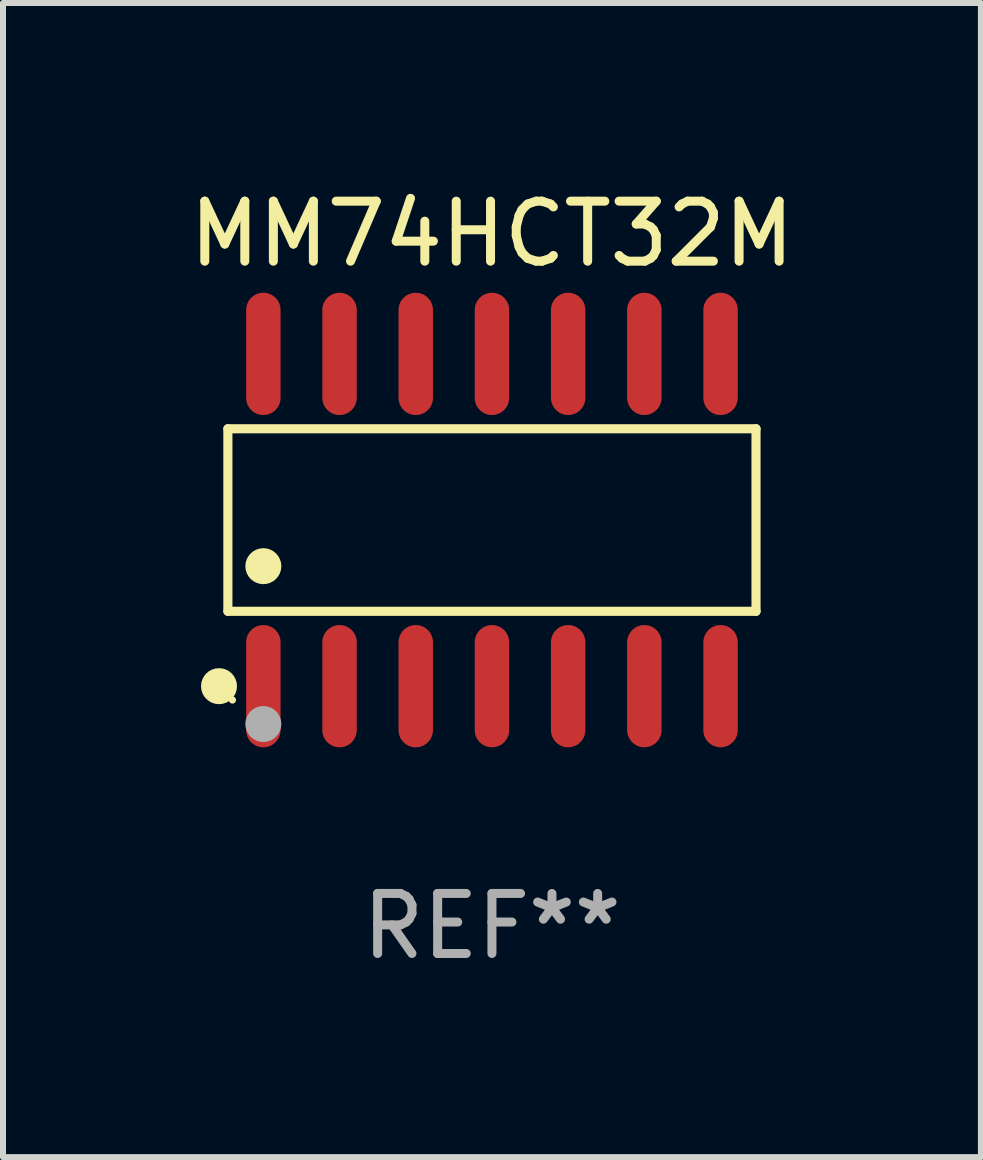
<source format=kicad_pcb>
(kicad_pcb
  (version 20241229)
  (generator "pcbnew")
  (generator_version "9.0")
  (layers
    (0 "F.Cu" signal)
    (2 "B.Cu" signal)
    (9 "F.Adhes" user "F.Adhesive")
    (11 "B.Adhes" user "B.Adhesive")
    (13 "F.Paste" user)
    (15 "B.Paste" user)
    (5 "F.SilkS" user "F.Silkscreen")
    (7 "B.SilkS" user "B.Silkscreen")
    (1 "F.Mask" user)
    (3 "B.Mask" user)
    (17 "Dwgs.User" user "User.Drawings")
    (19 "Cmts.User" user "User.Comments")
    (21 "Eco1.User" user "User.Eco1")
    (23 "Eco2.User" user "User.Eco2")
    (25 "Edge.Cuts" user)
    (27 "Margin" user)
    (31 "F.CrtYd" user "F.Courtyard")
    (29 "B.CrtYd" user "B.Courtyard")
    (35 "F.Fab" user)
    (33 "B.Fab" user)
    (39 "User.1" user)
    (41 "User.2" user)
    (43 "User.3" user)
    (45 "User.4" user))
  (footprint "MM74HCT32M"
    (layer "F.Cu")
    (at 5.149 5.617)
    (property "Reference" "MM74HCT32M" (at 0 -4.769 0) (layer "F.SilkS") (effects (font (size 1 1) (thickness 0.15))))
    (attr through_hole)
    (fp_line (start -4.401 -1.521) (end 4.401 -1.521) (stroke (width 0.152) (type solid)) (layer "F.SilkS"))
    (fp_line (start -4.401 1.521) (end -4.401 -1.521) (stroke (width 0.152) (type solid)) (layer "F.SilkS"))
    (fp_line (start 4.401 -1.521) (end 4.401 1.521) (stroke (width 0.152) (type solid)) (layer "F.SilkS"))
    (fp_line (start 4.401 1.521) (end -4.401 1.521) (stroke (width 0.152) (type solid)) (layer "F.SilkS"))
    (fp_circle (center -4.549 2.769) (end -4.399 2.769) (stroke (width 0.3) (type solid)) (fill no) (layer "F.SilkS"))
    (fp_circle (center -4.325 3) (end -4.295 3) (stroke (width 0.06) (type solid)) (fill no) (layer "F.SilkS"))
    (fp_circle (center -3.81 0.769) (end -3.66 0.769) (stroke (width 0.3) (type solid)) (fill no) (layer "F.SilkS"))
    (fp_circle (center -3.81 3.4) (end -3.66 3.4) (stroke (width 0.3) (type solid)) (fill no) (layer "F.Fab"))
    (fp_text user "REF**" (at 0 6.769 0) (layer "F.Fab") (effects (font (size 1 1) (thickness 0.15))))
    (pad "1" smd oval (at -3.81 2.769) (size 0.574 2.038) (layers "F.Cu" "F.Mask" "F.Paste"))
    (pad "2" smd oval (at -2.54 2.769) (size 0.574 2.038) (layers "F.Cu" "F.Mask" "F.Paste"))
    (pad "3" smd oval (at -1.27 2.769) (size 0.574 2.038) (layers "F.Cu" "F.Mask" "F.Paste"))
    (pad "4" smd oval (at 0 2.769) (size 0.574 2.038) (layers "F.Cu" "F.Mask" "F.Paste"))
    (pad "5" smd oval (at 1.27 2.769) (size 0.574 2.038) (layers "F.Cu" "F.Mask" "F.Paste"))
    (pad "6" smd oval (at 2.54 2.769) (size 0.574 2.038) (layers "F.Cu" "F.Mask" "F.Paste"))
    (pad "7" smd oval (at 3.81 2.769) (size 0.574 2.038) (layers "F.Cu" "F.Mask" "F.Paste"))
    (pad "8" smd oval (at 3.81 -2.769) (size 0.574 2.038) (layers "F.Cu" "F.Mask" "F.Paste"))
    (pad "9" smd oval (at 2.54 -2.769) (size 0.574 2.038) (layers "F.Cu" "F.Mask" "F.Paste"))
    (pad "10" smd oval (at 1.27 -2.769) (size 0.574 2.038) (layers "F.Cu" "F.Mask" "F.Paste"))
    (pad "11" smd oval (at 0 -2.769) (size 0.574 2.038) (layers "F.Cu" "F.Mask" "F.Paste"))
    (pad "12" smd oval (at -1.27 -2.769) (size 0.574 2.038) (layers "F.Cu" "F.Mask" "F.Paste"))
    (pad "13" smd oval (at -2.54 -2.769) (size 0.574 2.038) (layers "F.Cu" "F.Mask" "F.Paste"))
    (pad "14" smd oval (at -3.81 -2.769) (size 0.574 2.038) (layers "F.Cu" "F.Mask" "F.Paste")))
  (gr_rect
    (start -3 -3)
    (end 13.298 16.235)
    (stroke (width 0.1) (type default))
    (fill no)
    (layer "Edge.Cuts")))
</source>
